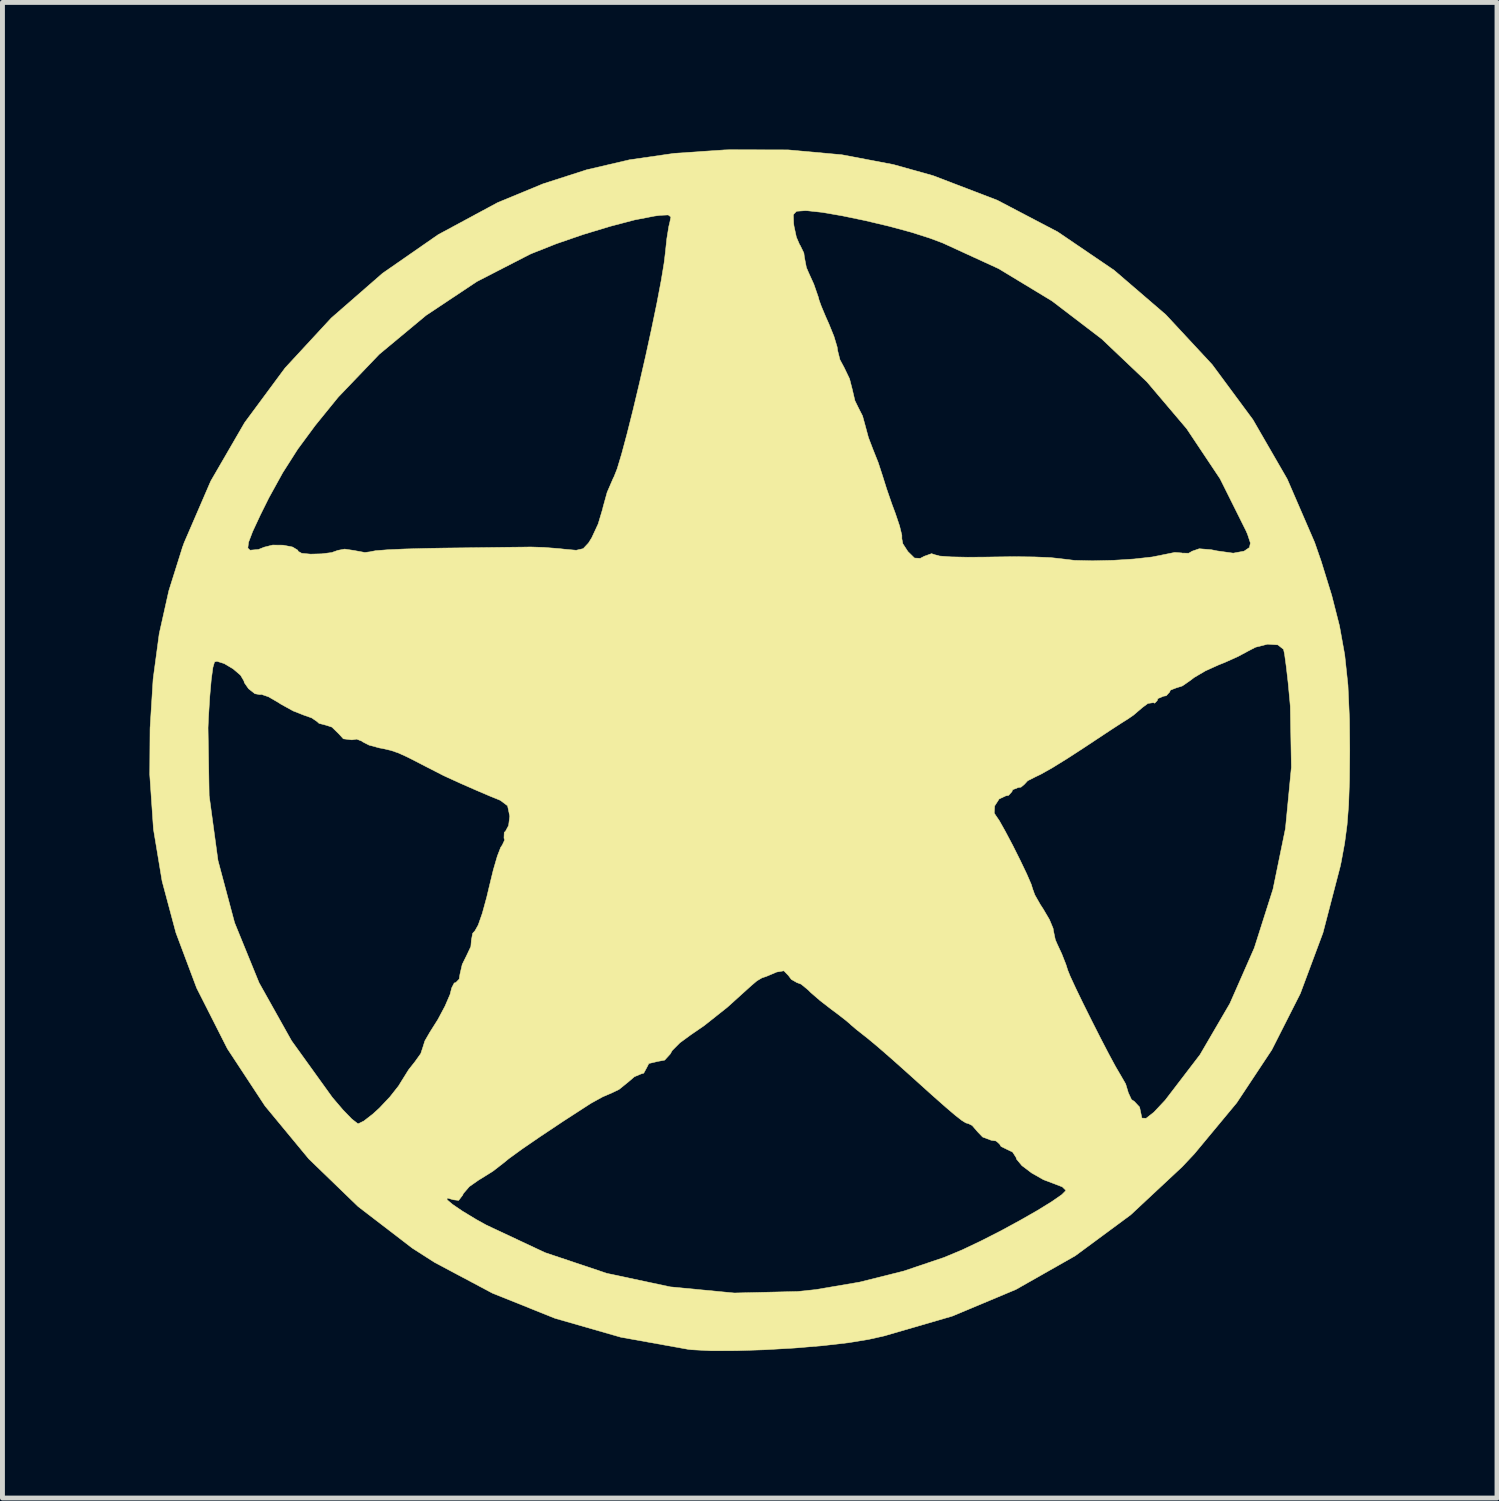
<source format=kicad_pcb>
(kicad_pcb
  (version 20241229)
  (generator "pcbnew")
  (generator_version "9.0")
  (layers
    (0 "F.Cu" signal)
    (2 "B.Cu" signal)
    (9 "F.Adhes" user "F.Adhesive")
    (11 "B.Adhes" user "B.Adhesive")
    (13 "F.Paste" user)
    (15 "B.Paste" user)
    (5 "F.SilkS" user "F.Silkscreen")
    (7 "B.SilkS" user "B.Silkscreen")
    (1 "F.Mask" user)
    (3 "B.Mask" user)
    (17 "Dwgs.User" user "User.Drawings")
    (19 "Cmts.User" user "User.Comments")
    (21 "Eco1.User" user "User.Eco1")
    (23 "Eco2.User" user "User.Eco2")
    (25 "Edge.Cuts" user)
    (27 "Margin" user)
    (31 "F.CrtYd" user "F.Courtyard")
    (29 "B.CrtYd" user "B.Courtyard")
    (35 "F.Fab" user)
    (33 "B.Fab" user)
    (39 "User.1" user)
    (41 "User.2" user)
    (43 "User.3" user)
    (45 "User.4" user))
  (footprint "star"
    (layer "F.Cu")
    (at 12.176 12.17)
    (property "Reference" "star" (at 0 0 0) (layer "F.SilkS") (effects (font (size 1.524 1.524) (thickness 0.3))))
    (attr through_hole)
    (fp_poly (pts (xy 0.852 -12.162) (xy 1.948 -12.063) (xy 3 -11.863) (xy 3.809 -11.637) (xy 5.118 -11.136) (xy 6.353 -10.489) (xy 7.503 -9.707) (xy 8.558 -8.8) (xy 9.505 -7.781) (xy 10.335 -6.659) (xy 11.035 -5.447) (xy 11.594 -4.155) (xy 11.727 -3.772) (xy 11.943 -3.073) (xy 12.101 -2.453) (xy 12.208 -1.86) (xy 12.274 -1.242) (xy 12.305 -0.547) (xy 12.311 0.085) (xy 12.305 0.702) (xy 12.288 1.195) (xy 12.256 1.608) (xy 12.206 1.985) (xy 12.135 2.371) (xy 12.117 2.455) (xy 11.764 3.811) (xy 11.302 5.05) (xy 10.72 6.199) (xy 10.004 7.28) (xy 9.142 8.318) (xy 8.894 8.582) (xy 7.841 9.565) (xy 6.712 10.399) (xy 5.5 11.087) (xy 4.201 11.631) (xy 2.807 12.036) (xy 2.498 12.105) (xy 2.085 12.173) (xy 1.563 12.233) (xy 0.977 12.282) (xy 0.372 12.317) (xy -0.209 12.336) (xy -0.721 12.337) (xy -1.119 12.316) (xy -1.185 12.308) (xy -2.564 12.06) (xy -3.904 11.675) (xy -5.179 11.163) (xy -6.358 10.536) (xy -6.814 10.244) (xy -7.92 9.395) (xy -8.063 9.257) (xy -6.105 9.257) (xy -5.995 9.35) (xy -5.794 9.487) (xy -5.519 9.654) (xy -5.309 9.771) (xy -4.107 10.335) (xy -2.846 10.758) (xy -1.55 11.034) (xy -0.244 11.159) (xy 1.047 11.128) (xy 1.419 11.089) (xy 2.311 10.937) (xy 3.206 10.713) (xy 4.036 10.433) (xy 4.407 10.278) (xy 4.785 10.098) (xy 5.186 9.894) (xy 5.58 9.68) (xy 5.939 9.475) (xy 6.234 9.293) (xy 6.437 9.152) (xy 6.519 9.069) (xy 6.519 9.065) (xy 6.447 8.994) (xy 6.302 8.938) (xy 6.065 8.849) (xy 5.822 8.711) (xy 5.621 8.559) (xy 5.512 8.427) (xy 5.504 8.395) (xy 5.433 8.284) (xy 5.334 8.237) (xy 5.197 8.17) (xy 5.165 8.118) (xy 5.094 8.057) (xy 4.996 8.043) (xy 4.821 7.977) (xy 4.722 7.874) (xy 4.607 7.741) (xy 4.53 7.703) (xy 4.479 7.689) (xy 4.396 7.638) (xy 4.264 7.535) (xy 4.066 7.366) (xy 3.784 7.117) (xy 3.4 6.771) (xy 3.26 6.645) (xy 2.966 6.383) (xy 2.689 6.142) (xy 2.473 5.962) (xy 2.413 5.915) (xy 2.237 5.776) (xy 2.126 5.681) (xy 2.117 5.671) (xy 2.029 5.596) (xy 1.852 5.459) (xy 1.736 5.373) (xy 1.505 5.194) (xy 1.314 5.029) (xy 1.26 4.975) (xy 1.118 4.858) (xy 1.031 4.826) (xy 0.918 4.761) (xy 0.859 4.682) (xy 0.766 4.586) (xy 0.621 4.61) (xy 0.58 4.628) (xy 0.406 4.701) (xy 0.318 4.73) (xy 0.214 4.792) (xy 0.1 4.889) (xy -0.387 5.329) (xy -0.857 5.702) (xy -1.132 5.891) (xy -1.356 6.055) (xy -1.512 6.212) (xy -1.553 6.284) (xy -1.666 6.408) (xy -1.812 6.435) (xy -1.989 6.477) (xy -2.032 6.562) (xy -2.093 6.674) (xy -2.146 6.689) (xy -2.284 6.747) (xy -2.411 6.856) (xy -2.597 7.006) (xy -2.742 7.076) (xy -2.929 7.156) (xy -3.165 7.286) (xy -3.217 7.319) (xy -3.739 7.657) (xy -4.198 7.963) (xy -4.574 8.221) (xy -4.844 8.417) (xy -4.963 8.514) (xy -5.171 8.675) (xy -5.424 8.833) (xy -5.451 8.848) (xy -5.651 8.988) (xy -5.775 9.132) (xy -5.786 9.161) (xy -5.869 9.27) (xy -5.975 9.257) (xy -6.104 9.221) (xy -6.105 9.257) (xy -8.063 9.257) (xy -8.927 8.422) (xy -9.82 7.342) (xy -10.587 6.175) (xy -11.214 4.937) (xy -11.637 3.809) (xy -11.919 2.756) (xy -12.095 1.697) (xy -12.171 0.584) (xy -12.165 -0.339) (xy -12.164 -0.371) (xy -10.982 -0.371) (xy -10.959 1.011) (xy -10.779 2.335) (xy -10.44 3.605) (xy -9.941 4.829) (xy -9.278 6.013) (xy -8.451 7.162) (xy -8.44 7.176) (xy -8.229 7.423) (xy -8.049 7.609) (xy -7.932 7.7) (xy -7.915 7.705) (xy -7.803 7.65) (xy -7.621 7.509) (xy -7.486 7.386) (xy -7.271 7.158) (xy -7.094 6.933) (xy -7.035 6.837) (xy -6.891 6.606) (xy -6.76 6.44) (xy -6.642 6.275) (xy -6.604 6.161) (xy -6.558 6.015) (xy -6.457 5.84) (xy -6.293 5.58) (xy -6.146 5.304) (xy -6.044 5.067) (xy -6.011 4.935) (xy -5.959 4.834) (xy -5.927 4.826) (xy -5.858 4.755) (xy -5.842 4.654) (xy -5.796 4.455) (xy -5.707 4.275) (xy -5.62 4.091) (xy -5.609 3.961) (xy -5.583 3.821) (xy -5.535 3.768) (xy -5.47 3.652) (xy -5.386 3.412) (xy -5.297 3.087) (xy -5.248 2.881) (xy -5.163 2.531) (xy -5.08 2.246) (xy -5.01 2.065) (xy -4.98 2.023) (xy -4.93 1.916) (xy -4.944 1.878) (xy -4.939 1.762) (xy -4.912 1.737) (xy -4.85 1.621) (xy -4.826 1.432) (xy -4.839 1.369) (xy 5.058 1.369) (xy 5.083 1.408) (xy 5.162 1.524) (xy 5.286 1.745) (xy 5.436 2.028) (xy 5.587 2.33) (xy 5.72 2.608) (xy 5.812 2.82) (xy 5.842 2.917) (xy 5.886 3.038) (xy 5.998 3.235) (xy 6.054 3.32) (xy 6.184 3.541) (xy 6.259 3.721) (xy 6.265 3.764) (xy 6.304 3.952) (xy 6.344 4.044) (xy 6.435 4.239) (xy 6.521 4.458) (xy 6.557 4.572) (xy 6.607 4.696) (xy 6.717 4.934) (xy 6.869 5.248) (xy 7.045 5.602) (xy 7.226 5.959) (xy 7.395 6.284) (xy 7.532 6.538) (xy 7.619 6.687) (xy 7.623 6.693) (xy 7.739 6.894) (xy 7.789 7.059) (xy 7.789 7.064) (xy 7.857 7.212) (xy 7.916 7.251) (xy 8.023 7.366) (xy 8.043 7.46) (xy 8.07 7.59) (xy 8.156 7.595) (xy 8.315 7.471) (xy 8.545 7.226) (xy 9.256 6.297) (xy 9.865 5.253) (xy 10.364 4.118) (xy 10.745 2.92) (xy 10.999 1.682) (xy 11.12 0.431) (xy 11.098 -0.808) (xy 11.09 -0.902) (xy 11.053 -1.295) (xy 11.014 -1.632) (xy 10.981 -1.873) (xy 10.96 -1.972) (xy 10.844 -2.064) (xy 10.635 -2.078) (xy 10.389 -2.016) (xy 10.24 -1.939) (xy 10.034 -1.828) (xy 9.756 -1.703) (xy 9.637 -1.656) (xy 9.365 -1.533) (xy 9.136 -1.398) (xy 9.069 -1.346) (xy 8.896 -1.226) (xy 8.767 -1.185) (xy 8.652 -1.141) (xy 8.636 -1.101) (xy 8.567 -1.026) (xy 8.509 -1.016) (xy 8.396 -0.968) (xy 8.382 -0.926) (xy 8.331 -0.874) (xy 8.304 -0.885) (xy 8.193 -0.869) (xy 8.078 -0.784) (xy 7.898 -0.63) (xy 7.783 -0.551) (xy 7.654 -0.47) (xy 7.42 -0.318) (xy 7.121 -0.12) (xy 6.887 0.035) (xy 6.551 0.253) (xy 6.244 0.443) (xy 6.006 0.577) (xy 5.905 0.625) (xy 5.739 0.709) (xy 5.673 0.781) (xy 5.604 0.839) (xy 5.546 0.847) (xy 5.433 0.892) (xy 5.419 0.931) (xy 5.35 1.007) (xy 5.295 1.016) (xy 5.158 1.08) (xy 5.066 1.223) (xy 5.058 1.369) (xy -4.839 1.369) (xy -4.871 1.219) (xy -5.019 1.108) (xy -5.223 1.025) (xy -5.513 0.901) (xy -5.821 0.766) (xy -6.08 0.648) (xy -6.181 0.601) (xy -6.337 0.521) (xy -6.56 0.407) (xy -6.604 0.384) (xy -6.896 0.234) (xy -7.094 0.143) (xy -7.252 0.089) (xy -7.426 0.049) (xy -7.484 0.039) (xy -7.698 -0.019) (xy -7.83 -0.086) (xy -7.84 -0.098) (xy -7.949 -0.141) (xy -8.047 -0.126) (xy -8.221 -0.147) (xy -8.314 -0.249) (xy -8.454 -0.386) (xy -8.567 -0.423) (xy -8.717 -0.462) (xy -8.757 -0.499) (xy -8.867 -0.574) (xy -9.027 -0.63) (xy -9.243 -0.715) (xy -9.495 -0.854) (xy -9.55 -0.89) (xy -9.749 -1.005) (xy -9.893 -1.054) (xy -9.921 -1.049) (xy -10.025 -1.067) (xy -10.155 -1.169) (xy -10.242 -1.294) (xy -10.249 -1.327) (xy -10.318 -1.444) (xy -10.471 -1.575) (xy -10.651 -1.682) (xy -10.8 -1.729) (xy -10.849 -1.716) (xy -10.882 -1.605) (xy -10.916 -1.357) (xy -10.947 -1.004) (xy -10.973 -0.577) (xy -10.982 -0.371) (xy -12.164 -0.371) (xy -12.102 -1.367) (xy -11.978 -2.29) (xy -11.782 -3.167) (xy -11.508 -4.039) (xy -10.17 -4.039) (xy -10.125 -3.995) (xy -9.952 -4.011) (xy -9.833 -4.058) (xy -9.664 -4.1) (xy -9.45 -4.098) (xy -9.257 -4.06) (xy -9.15 -3.995) (xy -9.144 -3.973) (xy -9.071 -3.932) (xy -8.891 -3.915) (xy -8.667 -3.921) (xy -8.46 -3.947) (xy -8.333 -3.992) (xy -8.194 -4.018) (xy -7.986 -3.987) (xy -7.98 -3.985) (xy -7.783 -3.949) (xy -7.664 -3.964) (xy -7.662 -3.966) (xy -7.563 -3.985) (xy -7.323 -4.004) (xy -6.972 -4.02) (xy -6.537 -4.032) (xy -6.152 -4.039) (xy -5.65 -4.045) (xy -5.186 -4.051) (xy -4.796 -4.056) (xy -4.516 -4.059) (xy -4.403 -4.061) (xy -4.126 -4.052) (xy -3.801 -4.026) (xy -3.715 -4.016) (xy -3.471 -3.994) (xy -3.328 -4.027) (xy -3.22 -4.142) (xy -3.154 -4.248) (xy -3.023 -4.53) (xy -2.93 -4.841) (xy -2.925 -4.868) (xy -2.84 -5.175) (xy -2.713 -5.469) (xy -2.7 -5.492) (xy -2.635 -5.656) (xy -2.544 -5.958) (xy -2.434 -6.368) (xy -2.311 -6.858) (xy -2.182 -7.399) (xy -2.053 -7.962) (xy -1.932 -8.518) (xy -1.824 -9.039) (xy -1.737 -9.496) (xy -1.677 -9.859) (xy -1.653 -10.059) (xy -1.622 -10.351) (xy -1.582 -10.598) (xy -1.561 -10.685) (xy -1.539 -10.793) (xy -1.593 -10.835) (xy -1.759 -10.827) (xy -1.874 -10.812) (xy -2.277 -10.734) (xy -2.78 -10.602) (xy -3.331 -10.435) (xy -3.877 -10.247) (xy -4.362 -10.055) (xy -4.418 -10.031) (xy -5.497 -9.476) (xy -6.534 -8.786) (xy -7.489 -7.992) (xy -8.322 -7.122) (xy -8.344 -7.096) (xy -8.793 -6.543) (xy -9.153 -6.055) (xy -9.457 -5.578) (xy -9.741 -5.063) (xy -9.913 -4.717) (xy -10.072 -4.376) (xy -10.155 -4.158) (xy -10.17 -4.039) (xy -11.508 -4.039) (xy -11.504 -4.052) (xy -11.469 -4.149) (xy -10.926 -5.406) (xy -10.235 -6.598) (xy -9.411 -7.712) (xy -8.468 -8.732) (xy -7.422 -9.644) (xy -6.286 -10.433) (xy -5.527 -10.842) (xy 0.959 -10.842) (xy 0.965 -10.668) (xy 0.972 -10.611) (xy 1.021 -10.382) (xy 1.088 -10.226) (xy 1.099 -10.213) (xy 1.174 -10.058) (xy 1.185 -9.973) (xy 1.225 -9.764) (xy 1.264 -9.672) (xy 1.378 -9.42) (xy 1.469 -9.158) (xy 1.484 -9.098) (xy 1.529 -8.974) (xy 1.62 -8.757) (xy 1.683 -8.616) (xy 1.788 -8.357) (xy 1.853 -8.14) (xy 1.863 -8.067) (xy 1.91 -7.881) (xy 1.996 -7.721) (xy 2.106 -7.492) (xy 2.163 -7.27) (xy 2.215 -7.047) (xy 2.287 -6.899) (xy 2.371 -6.735) (xy 2.422 -6.55) (xy 2.491 -6.294) (xy 2.582 -6.056) (xy 2.69 -5.785) (xy 2.782 -5.503) (xy 2.861 -5.251) (xy 2.971 -4.932) (xy 3.039 -4.75) (xy 3.126 -4.492) (xy 3.173 -4.3) (xy 3.173 -4.23) (xy 3.193 -4.127) (xy 3.296 -3.968) (xy 3.297 -3.967) (xy 3.431 -3.835) (xy 3.549 -3.829) (xy 3.631 -3.872) (xy 3.779 -3.925) (xy 3.848 -3.902) (xy 3.945 -3.876) (xy 4.179 -3.859) (xy 4.516 -3.852) (xy 4.923 -3.855) (xy 5.016 -3.857) (xy 5.464 -3.863) (xy 5.876 -3.858) (xy 6.209 -3.844) (xy 6.421 -3.821) (xy 6.435 -3.819) (xy 6.693 -3.788) (xy 7.062 -3.779) (xy 7.487 -3.789) (xy 7.912 -3.816) (xy 8.28 -3.857) (xy 8.529 -3.907) (xy 8.741 -3.95) (xy 8.886 -3.939) (xy 8.892 -3.936) (xy 9.026 -3.934) (xy 9.096 -3.975) (xy 9.24 -4.025) (xy 9.487 -4.005) (xy 9.604 -3.981) (xy 9.934 -3.935) (xy 10.152 -3.975) (xy 10.163 -3.981) (xy 10.264 -4.05) (xy 10.284 -4.142) (xy 10.227 -4.315) (xy 10.198 -4.384) (xy 9.665 -5.453) (xy 8.983 -6.475) (xy 8.172 -7.431) (xy 7.251 -8.305) (xy 6.236 -9.08) (xy 5.148 -9.739) (xy 4.004 -10.264) (xy 3.745 -10.361) (xy 3.369 -10.481) (xy 2.915 -10.604) (xy 2.43 -10.719) (xy 1.959 -10.817) (xy 1.548 -10.888) (xy 1.243 -10.921) (xy 1.194 -10.922) (xy 1.024 -10.91) (xy 0.959 -10.842) (xy -5.527 -10.842) (xy -5.075 -11.086) (xy -4.149 -11.469) (xy -3.258 -11.756) (xy -2.384 -11.96) (xy -1.468 -12.092) (xy -0.454 -12.161) (xy -0.339 -12.165) (xy 0.852 -12.162)) (stroke (width 0.01) (type solid)) (fill yes) (layer "F.SilkS")))
  (gr_rect
    (start -3 -3)
    (end 27.491 27.512)
    (stroke (width 0.1) (type default))
    (fill no)
    (layer "Edge.Cuts")))
</source>
